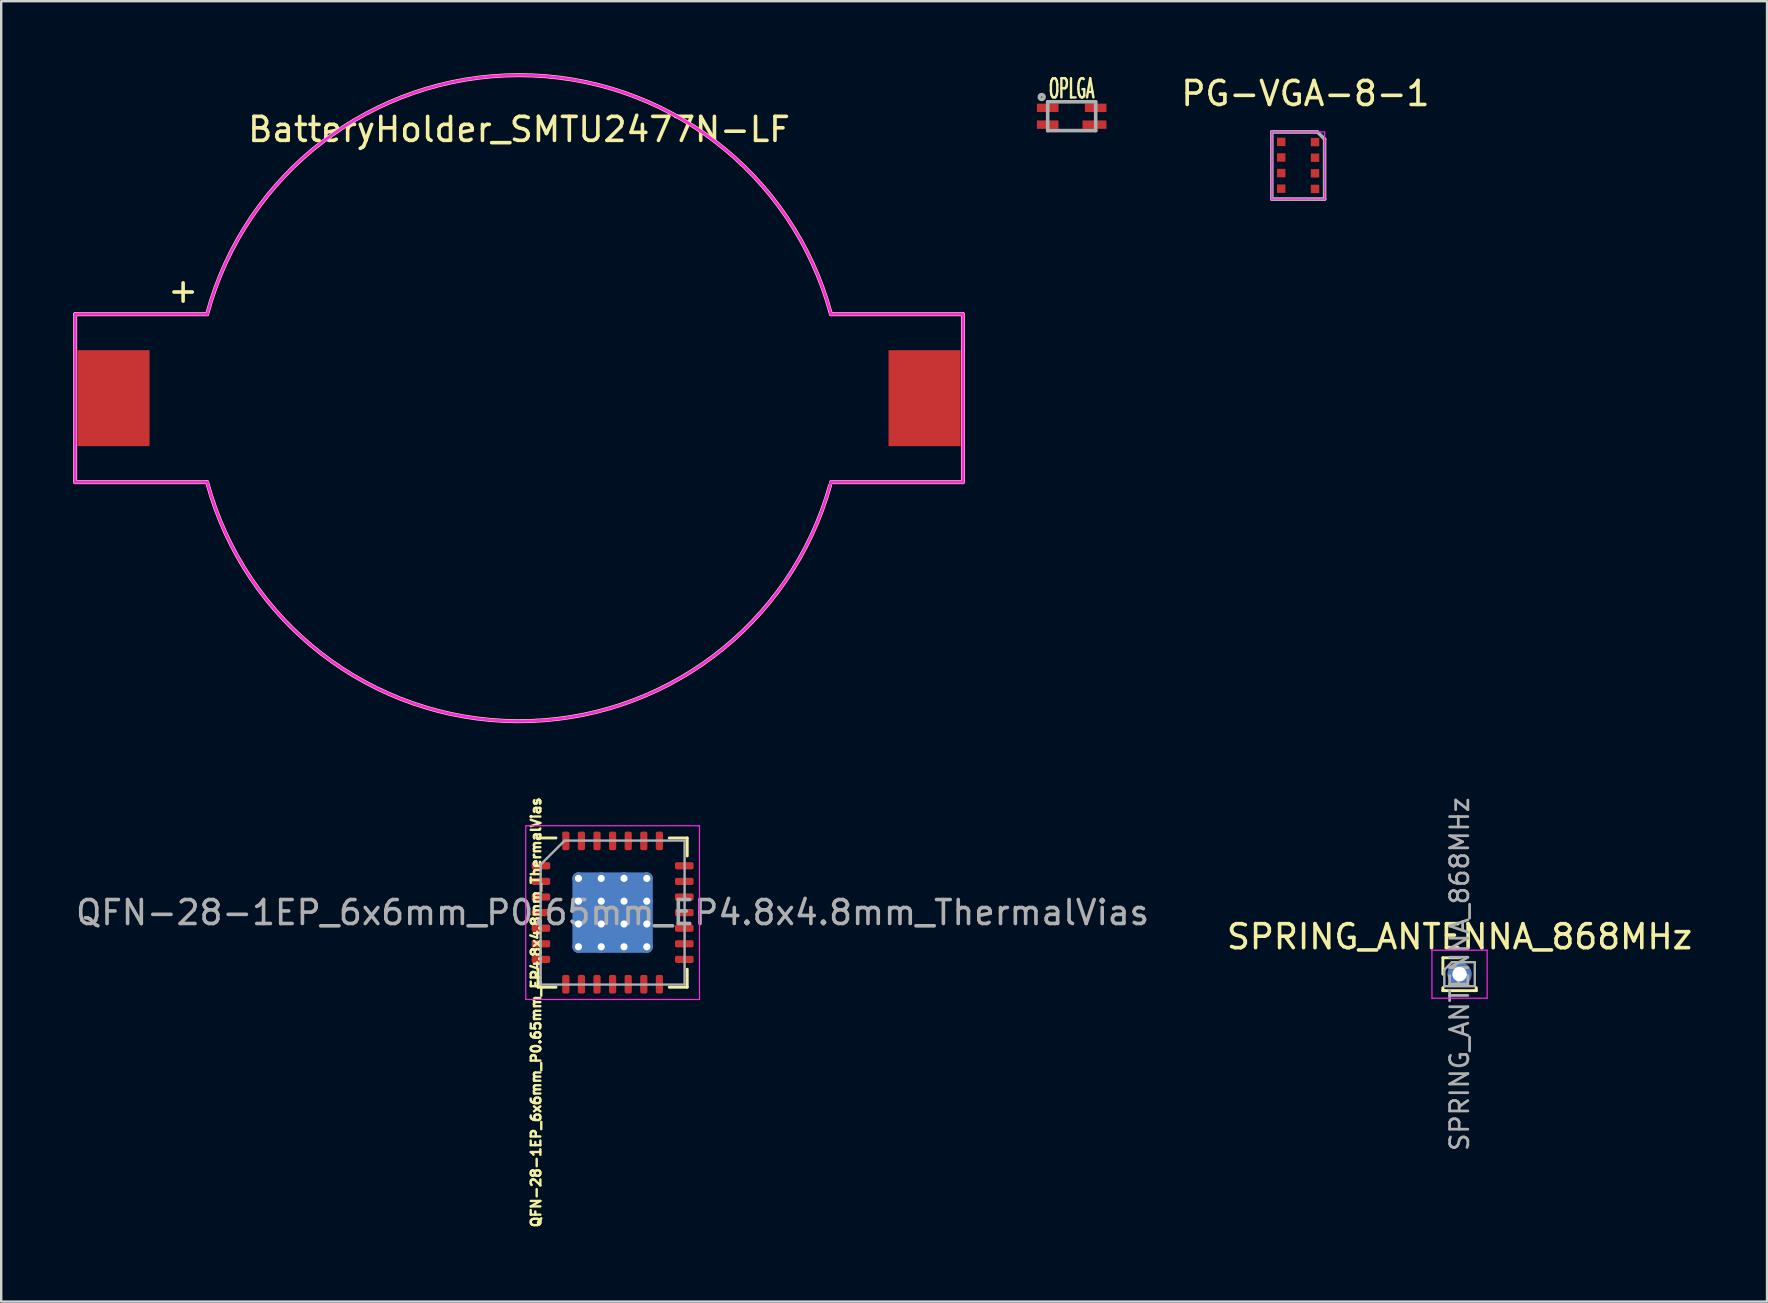
<source format=kicad_pcb>
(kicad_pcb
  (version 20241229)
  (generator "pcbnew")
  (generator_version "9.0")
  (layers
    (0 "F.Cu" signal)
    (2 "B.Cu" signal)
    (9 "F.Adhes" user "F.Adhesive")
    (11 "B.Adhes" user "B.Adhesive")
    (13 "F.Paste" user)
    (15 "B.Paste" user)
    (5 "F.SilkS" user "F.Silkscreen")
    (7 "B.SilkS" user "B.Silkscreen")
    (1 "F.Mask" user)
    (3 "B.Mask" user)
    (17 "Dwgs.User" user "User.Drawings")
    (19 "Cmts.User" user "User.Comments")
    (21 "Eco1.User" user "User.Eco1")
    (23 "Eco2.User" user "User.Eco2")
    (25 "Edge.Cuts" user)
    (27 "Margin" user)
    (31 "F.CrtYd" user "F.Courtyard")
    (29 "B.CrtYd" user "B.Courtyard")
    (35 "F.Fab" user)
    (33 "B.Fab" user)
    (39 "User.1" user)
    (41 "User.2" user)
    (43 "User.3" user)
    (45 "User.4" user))
  (footprint "PG-VGA-8-1"
    (layer "F.Cu")
    (at 51.057 3.848)
    (property "Reference" "PG-VGA-8-1" (at 0.3 -3 0) (layer "F.SilkS") (effects (font (size 1 1) (thickness 0.15))))
    (attr smd)
    (fp_line (start -1.1 -1.4) (end 0.8 -1.4) (stroke (width 0.12) (type solid)) (layer "F.SilkS"))
    (fp_line (start 1.1 1.4) (end -1.09 1.4) (stroke (width 0.12) (type solid)) (layer "F.SilkS"))
    (fp_line (start -1.1 -1.4) (end 1.1 -1.4) (stroke (width 0.05) (type solid)) (layer "F.CrtYd"))
    (fp_line (start -1.1 1.4) (end -1.1 -1.4) (stroke (width 0.05) (type solid)) (layer "F.CrtYd"))
    (fp_line (start 1.1 -1.4) (end 1.1 1.4) (stroke (width 0.05) (type solid)) (layer "F.CrtYd"))
    (fp_line (start 1.1 1.4) (end -1.1 1.4) (stroke (width 0.05) (type solid)) (layer "F.CrtYd"))
    (fp_line (start -1.1 -1.4) (end -1.1 1.4) (stroke (width 0.15) (type solid)) (layer "F.Fab"))
    (fp_line (start -1.1 1.4) (end 1.1 1.4) (stroke (width 0.15) (type solid)) (layer "F.Fab"))
    (fp_line (start 0.8 -1.4) (end -1.1 -1.4) (stroke (width 0.15) (type solid)) (layer "F.Fab"))
    (fp_line (start 0.8 -1.4) (end 1.1 -1.1) (stroke (width 0.15) (type solid)) (layer "F.Fab"))
    (fp_line (start 1.1 1.4) (end 1.1 -1.1) (stroke (width 0.15) (type solid)) (layer "F.Fab"))
    (pad "1" smd rect (at 0.7 -0.975 90) (size 0.35 0.35) (layers "F.Cu" "F.Mask" "F.Paste"))
    (pad "2" smd rect (at 0.7 -0.325 90) (size 0.35 0.35) (layers "F.Cu" "F.Mask" "F.Paste"))
    (pad "3" smd rect (at 0.7 0.325) (size 0.35 0.35) (layers "F.Cu" "F.Mask" "F.Paste"))
    (pad "4" smd rect (at 0.7 0.975) (size 0.35 0.35) (layers "F.Cu" "F.Mask" "F.Paste"))
    (pad "5" smd rect (at -0.71 0.965 90) (size 0.35 0.35) (layers "F.Cu" "F.Mask" "F.Paste"))
    (pad "6" smd rect (at -0.71 0.315 90) (size 0.35 0.35) (layers "F.Cu" "F.Mask" "F.Paste"))
    (pad "7" smd rect (at -0.71 -0.335) (size 0.35 0.35) (layers "F.Cu" "F.Mask" "F.Paste"))
    (pad "8" smd rect (at -0.71 -0.985) (size 0.35 0.35) (layers "F.Cu" "F.Mask" "F.Paste")))
  (footprint "QFN-28-1EP_6x6mm_P0.65mm_EP4.8x4.8mm_ThermalVias"
    (layer "F.Cu")
    (at 22.482 34.984)
    (property "Reference" "QFN-28-1EP_6x6mm_P0.65mm_EP4.8x4.8mm_ThermalVias" (at -3.192 4.16 270) (layer "F.SilkS") (effects (font (size 0.4 0.4) (thickness 0.1))))
    (attr smd)
    (fp_line (start -3.11 3.11) (end -3.11 2.36) (stroke (width 0.12) (type solid)) (layer "F.SilkS"))
    (fp_line (start -2.36 -3.11) (end -3.11 -3.11) (stroke (width 0.12) (type solid)) (layer "F.SilkS"))
    (fp_line (start -2.36 3.11) (end -3.11 3.11) (stroke (width 0.12) (type solid)) (layer "F.SilkS"))
    (fp_line (start 2.36 -3.11) (end 3.11 -3.11) (stroke (width 0.12) (type solid)) (layer "F.SilkS"))
    (fp_line (start 2.36 3.11) (end 3.11 3.11) (stroke (width 0.12) (type solid)) (layer "F.SilkS"))
    (fp_line (start 3.11 -3.11) (end 3.11 -2.36) (stroke (width 0.12) (type solid)) (layer "F.SilkS"))
    (fp_line (start 3.11 3.11) (end 3.11 2.36) (stroke (width 0.12) (type solid)) (layer "F.SilkS"))
    (fp_line (start -3.62 -3.62) (end -3.62 3.62) (stroke (width 0.05) (type solid)) (layer "F.CrtYd"))
    (fp_line (start -3.62 3.62) (end 3.62 3.62) (stroke (width 0.05) (type solid)) (layer "F.CrtYd"))
    (fp_line (start 3.62 -3.62) (end -3.62 -3.62) (stroke (width 0.05) (type solid)) (layer "F.CrtYd"))
    (fp_line (start 3.62 3.62) (end 3.62 -3.62) (stroke (width 0.05) (type solid)) (layer "F.CrtYd"))
    (fp_line (start -3 -2) (end -2 -3) (stroke (width 0.1) (type solid)) (layer "F.Fab"))
    (fp_line (start -3 3) (end -3 -2) (stroke (width 0.1) (type solid)) (layer "F.Fab"))
    (fp_line (start -2 -3) (end 3 -3) (stroke (width 0.1) (type solid)) (layer "F.Fab"))
    (fp_line (start 3 -3) (end 3 3) (stroke (width 0.1) (type solid)) (layer "F.Fab"))
    (fp_line (start 3 3) (end -3 3) (stroke (width 0.1) (type solid)) (layer "F.Fab"))
    (fp_text user "${REFERENCE}" (at 0 0 180) (layer "F.Fab") (effects (font (size 1 1) (thickness 0.15))))
    (pad "" smd roundrect (at -1.913 -1.913) (size 0.786 0.786) (layers "F.Paste") (roundrect_rratio 0.25))
    (pad "" smd roundrect (at -1.913 -0.95) (size 0.786 0.766) (layers "F.Paste") (roundrect_rratio 0.25))
    (pad "" smd roundrect (at -1.913 0) (size 0.786 0.766) (layers "F.Paste") (roundrect_rratio 0.25))
    (pad "" smd roundrect (at -1.913 0.95) (size 0.786 0.766) (layers "F.Paste") (roundrect_rratio 0.25))
    (pad "" smd roundrect (at -1.913 1.913) (size 0.786 0.786) (layers "F.Paste") (roundrect_rratio 0.25))
    (pad "" smd roundrect (at -0.95 -1.913) (size 0.766 0.786) (layers "F.Paste") (roundrect_rratio 0.25))
    (pad "" smd roundrect (at -0.95 -0.95) (size 0.766 0.766) (layers "F.Paste") (roundrect_rratio 0.25))
    (pad "" smd roundrect (at -0.95 0) (size 0.766 0.766) (layers "F.Paste") (roundrect_rratio 0.25))
    (pad "" smd roundrect (at -0.95 0.95) (size 0.766 0.766) (layers "F.Paste") (roundrect_rratio 0.25))
    (pad "" smd roundrect (at -0.95 1.913) (size 0.766 0.786) (layers "F.Paste") (roundrect_rratio 0.25))
    (pad "" smd roundrect (at 0 -1.913) (size 0.766 0.786) (layers "F.Paste") (roundrect_rratio 0.25))
    (pad "" smd roundrect (at 0 -0.95) (size 0.766 0.766) (layers "F.Paste") (roundrect_rratio 0.25))
    (pad "" smd roundrect (at 0 0) (size 0.766 0.766) (layers "F.Paste") (roundrect_rratio 0.25))
    (pad "" smd roundrect (at 0 0.95) (size 0.766 0.766) (layers "F.Paste") (roundrect_rratio 0.25))
    (pad "" smd roundrect (at 0 1.913) (size 0.766 0.786) (layers "F.Paste") (roundrect_rratio 0.25))
    (pad "" smd roundrect (at 0.95 -1.913) (size 0.766 0.786) (layers "F.Paste") (roundrect_rratio 0.25))
    (pad "" smd roundrect (at 0.95 -0.95) (size 0.766 0.766) (layers "F.Paste") (roundrect_rratio 0.25))
    (pad "" smd roundrect (at 0.95 0) (size 0.766 0.766) (layers "F.Paste") (roundrect_rratio 0.25))
    (pad "" smd roundrect (at 0.95 0.95) (size 0.766 0.766) (layers "F.Paste") (roundrect_rratio 0.25))
    (pad "" smd roundrect (at 0.95 1.913) (size 0.766 0.786) (layers "F.Paste") (roundrect_rratio 0.25))
    (pad "" smd roundrect (at 1.913 -1.913) (size 0.786 0.786) (layers "F.Paste") (roundrect_rratio 0.25))
    (pad "" smd roundrect (at 1.913 -0.95) (size 0.786 0.766) (layers "F.Paste") (roundrect_rratio 0.25))
    (pad "" smd roundrect (at 1.913 0) (size 0.786 0.766) (layers "F.Paste") (roundrect_rratio 0.25))
    (pad "" smd roundrect (at 1.913 0.95) (size 0.786 0.766) (layers "F.Paste") (roundrect_rratio 0.25))
    (pad "" smd roundrect (at 1.913 1.913) (size 0.786 0.786) (layers "F.Paste") (roundrect_rratio 0.25))
    (pad "1" smd roundrect (at -2.987 -1.95) (size 0.775 0.3) (layers "F.Cu" "F.Mask" "F.Paste") (roundrect_rratio 0.25))
    (pad "2" smd roundrect (at -2.987 -1.3) (size 0.775 0.3) (layers "F.Cu" "F.Mask" "F.Paste") (roundrect_rratio 0.25))
    (pad "3" smd roundrect (at -2.987 -0.65) (size 0.775 0.3) (layers "F.Cu" "F.Mask" "F.Paste") (roundrect_rratio 0.25))
    (pad "4" smd roundrect (at -2.987 0) (size 0.775 0.3) (layers "F.Cu" "F.Mask" "F.Paste") (roundrect_rratio 0.25))
    (pad "5" smd roundrect (at -2.987 0.65) (size 0.775 0.3) (layers "F.Cu" "F.Mask" "F.Paste") (roundrect_rratio 0.25))
    (pad "6" smd roundrect (at -2.987 1.3) (size 0.775 0.3) (layers "F.Cu" "F.Mask" "F.Paste") (roundrect_rratio 0.25))
    (pad "7" smd roundrect (at -2.987 1.95) (size 0.775 0.3) (layers "F.Cu" "F.Mask" "F.Paste") (roundrect_rratio 0.25))
    (pad "8" smd roundrect (at -1.95 2.987) (size 0.3 0.775) (layers "F.Cu" "F.Mask" "F.Paste") (roundrect_rratio 0.25))
    (pad "9" smd roundrect (at -1.3 2.987) (size 0.3 0.775) (layers "F.Cu" "F.Mask" "F.Paste") (roundrect_rratio 0.25))
    (pad "10" smd roundrect (at -0.65 2.987) (size 0.3 0.775) (layers "F.Cu" "F.Mask" "F.Paste") (roundrect_rratio 0.25))
    (pad "11" smd roundrect (at 0 2.987) (size 0.3 0.775) (layers "F.Cu" "F.Mask" "F.Paste") (roundrect_rratio 0.25))
    (pad "12" smd roundrect (at 0.65 2.987) (size 0.3 0.775) (layers "F.Cu" "F.Mask" "F.Paste") (roundrect_rratio 0.25))
    (pad "13" smd roundrect (at 1.3 2.987) (size 0.3 0.775) (layers "F.Cu" "F.Mask" "F.Paste") (roundrect_rratio 0.25))
    (pad "14" smd roundrect (at 1.95 2.987) (size 0.3 0.775) (layers "F.Cu" "F.Mask" "F.Paste") (roundrect_rratio 0.25))
    (pad "15" smd roundrect (at 2.987 1.95) (size 0.775 0.3) (layers "F.Cu" "F.Mask" "F.Paste") (roundrect_rratio 0.25))
    (pad "16" smd roundrect (at 2.987 1.3) (size 0.775 0.3) (layers "F.Cu" "F.Mask" "F.Paste") (roundrect_rratio 0.25))
    (pad "17" smd roundrect (at 2.987 0.65) (size 0.775 0.3) (layers "F.Cu" "F.Mask" "F.Paste") (roundrect_rratio 0.25))
    (pad "18" smd roundrect (at 2.987 0) (size 0.775 0.3) (layers "F.Cu" "F.Mask" "F.Paste") (roundrect_rratio 0.25))
    (pad "19" smd roundrect (at 2.987 -0.65) (size 0.775 0.3) (layers "F.Cu" "F.Mask" "F.Paste") (roundrect_rratio 0.25))
    (pad "20" smd roundrect (at 2.987 -1.3) (size 0.775 0.3) (layers "F.Cu" "F.Mask" "F.Paste") (roundrect_rratio 0.25))
    (pad "21" smd roundrect (at 2.987 -1.95) (size 0.775 0.3) (layers "F.Cu" "F.Mask" "F.Paste") (roundrect_rratio 0.25))
    (pad "22" smd roundrect (at 1.95 -2.987) (size 0.3 0.775) (layers "F.Cu" "F.Mask" "F.Paste") (roundrect_rratio 0.25))
    (pad "23" smd roundrect (at 1.3 -2.987) (size 0.3 0.775) (layers "F.Cu" "F.Mask" "F.Paste") (roundrect_rratio 0.25))
    (pad "24" smd roundrect (at 0.65 -2.987) (size 0.3 0.775) (layers "F.Cu" "F.Mask" "F.Paste") (roundrect_rratio 0.25))
    (pad "25" smd roundrect (at 0 -2.987) (size 0.3 0.775) (layers "F.Cu" "F.Mask" "F.Paste") (roundrect_rratio 0.25))
    (pad "26" smd roundrect (at -0.65 -2.987) (size 0.3 0.775) (layers "F.Cu" "F.Mask" "F.Paste") (roundrect_rratio 0.25))
    (pad "27" smd roundrect (at -1.3 -2.987) (size 0.3 0.775) (layers "F.Cu" "F.Mask" "F.Paste") (roundrect_rratio 0.25))
    (pad "28" smd roundrect (at -1.95 -2.987) (size 0.3 0.775) (layers "F.Cu" "F.Mask" "F.Paste") (roundrect_rratio 0.25))
    (pad "29" thru_hole circle (at -1.425 -1.425) (size 0.5 0.5) (drill 0.3) (layers "*.Cu"))
    (pad "29" thru_hole circle (at -1.425 -0.475) (size 0.5 0.5) (drill 0.3) (layers "*.Cu"))
    (pad "29" thru_hole circle (at -1.425 0.475) (size 0.5 0.5) (drill 0.3) (layers "*.Cu"))
    (pad "29" thru_hole circle (at -1.425 1.425) (size 0.5 0.5) (drill 0.3) (layers "*.Cu"))
    (pad "29" thru_hole circle (at -0.475 -1.425) (size 0.5 0.5) (drill 0.3) (layers "*.Cu"))
    (pad "29" thru_hole circle (at -0.475 -0.475) (size 0.5 0.5) (drill 0.3) (layers "*.Cu"))
    (pad "29" thru_hole circle (at -0.475 0.475) (size 0.5 0.5) (drill 0.3) (layers "*.Cu"))
    (pad "29" thru_hole circle (at -0.475 1.425) (size 0.5 0.5) (drill 0.3) (layers "*.Cu"))
    (pad "29" smd roundrect (at 0 0) (size 3.35 3.35) (layers "B.Cu") (roundrect_rratio 0.075))
    (pad "29" thru_hole circle (at 0.475 -1.425) (size 0.5 0.5) (drill 0.3) (layers "*.Cu"))
    (pad "29" thru_hole circle (at 0.475 -0.475) (size 0.5 0.5) (drill 0.3) (layers "*.Cu"))
    (pad "29" thru_hole circle (at 0.475 0.475) (size 0.5 0.5) (drill 0.3) (layers "*.Cu"))
    (pad "29" thru_hole circle (at 0.475 1.425) (size 0.5 0.5) (drill 0.3) (layers "*.Cu"))
    (pad "29" thru_hole circle (at 1.425 -1.425) (size 0.5 0.5) (drill 0.3) (layers "*.Cu"))
    (pad "29" thru_hole circle (at 1.425 -0.475) (size 0.5 0.5) (drill 0.3) (layers "*.Cu"))
    (pad "29" thru_hole circle (at 1.425 0.475) (size 0.5 0.5) (drill 0.3) (layers "*.Cu"))
    (pad "29" thru_hole circle (at 1.425 1.425) (size 0.5 0.5) (drill 0.3) (layers "*.Cu")))
  (footprint "OPLGA"
    (layer "F.Cu")
    (at 41.615 1.794)
    (property "Reference" "OPLGA" (at 0 -1.15 0) (layer "F.SilkS") (effects (font (size 0.8 0.4) (thickness 0.1))))
    (attr through_hole)
    (fp_line (start -1 -0.6) (end 1 -0.6) (stroke (width 0.15) (type solid)) (layer "F.Fab"))
    (fp_line (start -1 0.6) (end -1 -0.6) (stroke (width 0.15) (type solid)) (layer "F.Fab"))
    (fp_line (start 1 -0.6) (end 1 0.6) (stroke (width 0.15) (type solid)) (layer "F.Fab"))
    (fp_line (start 1 0.6) (end -1 0.6) (stroke (width 0.15) (type solid)) (layer "F.Fab"))
    (fp_circle (center -1.25 -0.8) (end -1.25 -0.7) (stroke (width 0.15) (type solid)) (fill no) (layer "F.Fab"))
    (pad "1" smd rect (at -1 -0.35 90) (size 0.35 0.9) (layers "F.Cu" "F.Mask" "F.Paste"))
    (pad "2" smd rect (at -1 0.35 90) (size 0.35 0.9) (layers "F.Cu" "F.Mask" "F.Paste"))
    (pad "3" smd rect (at 0.95 0.35 90) (size 0.35 1) (layers "F.Cu" "F.Mask" "F.Paste"))
    (pad "4" smd rect (at 1 -0.35 90) (size 0.35 0.9) (layers "F.Cu" "F.Mask" "F.Paste")))
  (footprint "SPRING_ANTENNA_868MHz"
    (layer "F.Cu")
    (at 57.78 37.551)
    (property "Reference" "SPRING_ANTENNA_868MHz" (at 0 -1.56 0) (layer "F.SilkS") (effects (font (size 1 1) (thickness 0.15))))
    (attr through_hole)
    (fp_line (start -0.695 -0.685) (end 0 -0.685) (stroke (width 0.12) (type solid)) (layer "F.SilkS"))
    (fp_line (start -0.695 0) (end -0.695 -0.685) (stroke (width 0.12) (type solid)) (layer "F.SilkS"))
    (fp_line (start -0.695 0.685) (end -0.695 0.56) (stroke (width 0.12) (type solid)) (layer "F.SilkS"))
    (fp_line (start -0.695 0.685) (end -0.608 0.685) (stroke (width 0.12) (type solid)) (layer "F.SilkS"))
    (fp_line (start -0.695 0.685) (end 0.695 0.685) (stroke (width 0.12) (type solid)) (layer "F.SilkS"))
    (fp_line (start 0.608 0.685) (end 0.695 0.685) (stroke (width 0.12) (type solid)) (layer "F.SilkS"))
    (fp_line (start 0.695 0.685) (end 0.695 0.56) (stroke (width 0.12) (type solid)) (layer "F.SilkS"))
    (fp_line (start -1.15 -1) (end -1.15 1) (stroke (width 0.05) (type solid)) (layer "F.CrtYd"))
    (fp_line (start -1.15 1) (end 1.15 1) (stroke (width 0.05) (type solid)) (layer "F.CrtYd"))
    (fp_line (start 1.15 -1) (end -1.15 -1) (stroke (width 0.05) (type solid)) (layer "F.CrtYd"))
    (fp_line (start 1.15 1) (end 1.15 -1) (stroke (width 0.05) (type solid)) (layer "F.CrtYd"))
    (fp_line (start -0.635 -0.182) (end -0.318 -0.5) (stroke (width 0.1) (type solid)) (layer "F.Fab"))
    (fp_line (start -0.635 0.5) (end -0.635 -0.182) (stroke (width 0.1) (type solid)) (layer "F.Fab"))
    (fp_line (start -0.318 -0.5) (end 0.635 -0.5) (stroke (width 0.1) (type solid)) (layer "F.Fab"))
    (fp_line (start 0.635 -0.5) (end 0.635 0.5) (stroke (width 0.1) (type solid)) (layer "F.Fab"))
    (fp_line (start 0.635 0.5) (end -0.635 0.5) (stroke (width 0.1) (type solid)) (layer "F.Fab"))
    (fp_text user "${REFERENCE}" (at 0 0 90) (layer "F.Fab") (effects (font (size 0.76 0.76) (thickness 0.114))))
    (pad "1" thru_hole circle (at 0 0) (size 1 1) (drill 0.6) (layers "*.Cu" "*.Mask")))
  (footprint "BatteryHolder_SMTU2477N-LF"
    (layer "F.Cu")
    (at 18.582 13.545)
    (property "Reference" "BatteryHolder_SMTU2477N-LF" (at 0 -11.2 0) (layer "F.SilkS") (effects (font (size 1 1) (thickness 0.15))))
    (attr smd)
    (fp_line (start -18.5 -3.5) (end -18.5 3.5) (stroke (width 0.165) (type solid)) (layer "F.SilkS"))
    (fp_line (start -18.5 3.5) (end -13 3.5) (stroke (width 0.165) (type solid)) (layer "F.SilkS"))
    (fp_line (start -13 -3.5) (end -18.5 -3.5) (stroke (width 0.165) (type solid)) (layer "F.SilkS"))
    (fp_line (start 13 -3.5) (end 18.5 -3.5) (stroke (width 0.165) (type solid)) (layer "F.SilkS"))
    (fp_line (start 18.5 -3.5) (end 18.5 3.5) (stroke (width 0.165) (type solid)) (layer "F.SilkS"))
    (fp_line (start 18.5 3.5) (end 13 3.5) (stroke (width 0.165) (type solid)) (layer "F.SilkS"))
    (fp_arc (start -12.999999 -3.5) (mid 0 -13.462911) (end 12.999999 -3.499999) (stroke (width 0.165) (type solid)) (layer "F.SilkS"))
    (fp_arc (start 12.964299 3.630004) (mid -0.067409 13.462742) (end -12.999999 3.499999) (stroke (width 0.165) (type solid)) (layer "F.SilkS"))
    (fp_line (start -18.5 -3.5) (end -18.5 3.5) (stroke (width 0.12) (type solid)) (layer "F.CrtYd"))
    (fp_line (start -18.5 3.5) (end -13 3.5) (stroke (width 0.12) (type solid)) (layer "F.CrtYd"))
    (fp_line (start -13 -3.5) (end -18.5 -3.5) (stroke (width 0.12) (type solid)) (layer "F.CrtYd"))
    (fp_line (start 13 -3.5) (end 18.5 -3.5) (stroke (width 0.12) (type solid)) (layer "F.CrtYd"))
    (fp_line (start 18.5 -3.5) (end 18.5 3.5) (stroke (width 0.12) (type solid)) (layer "F.CrtYd"))
    (fp_line (start 18.5 3.5) (end 13 3.5) (stroke (width 0.12) (type solid)) (layer "F.CrtYd"))
    (fp_arc (start -12.999999 -3.5) (mid 0 -13.462911) (end 12.999999 -3.499999) (stroke (width 0.12) (type solid)) (layer "F.CrtYd"))
    (fp_arc (start 12.999999 3.5) (mid 0 13.462911) (end -12.999999 3.499999) (stroke (width 0.12) (type solid)) (layer "F.CrtYd"))
    (fp_text user "+" (at -14 -4.5 0) (layer "F.SilkS") (effects (font (size 1 1) (thickness 0.15))))
    (pad "1" smd rect (at -16.9 0) (size 3 4) (layers "F.Cu" "F.Mask" "F.Paste"))
    (pad "2" smd rect (at 16.9 0) (size 3 4) (layers "F.Cu" "F.Mask" "F.Paste")))
  (gr_rect
    (start -3 -3)
    (end 70.595 51.197)
    (stroke (width 0.1) (type default))
    (fill no)
    (layer "Edge.Cuts")))
</source>
